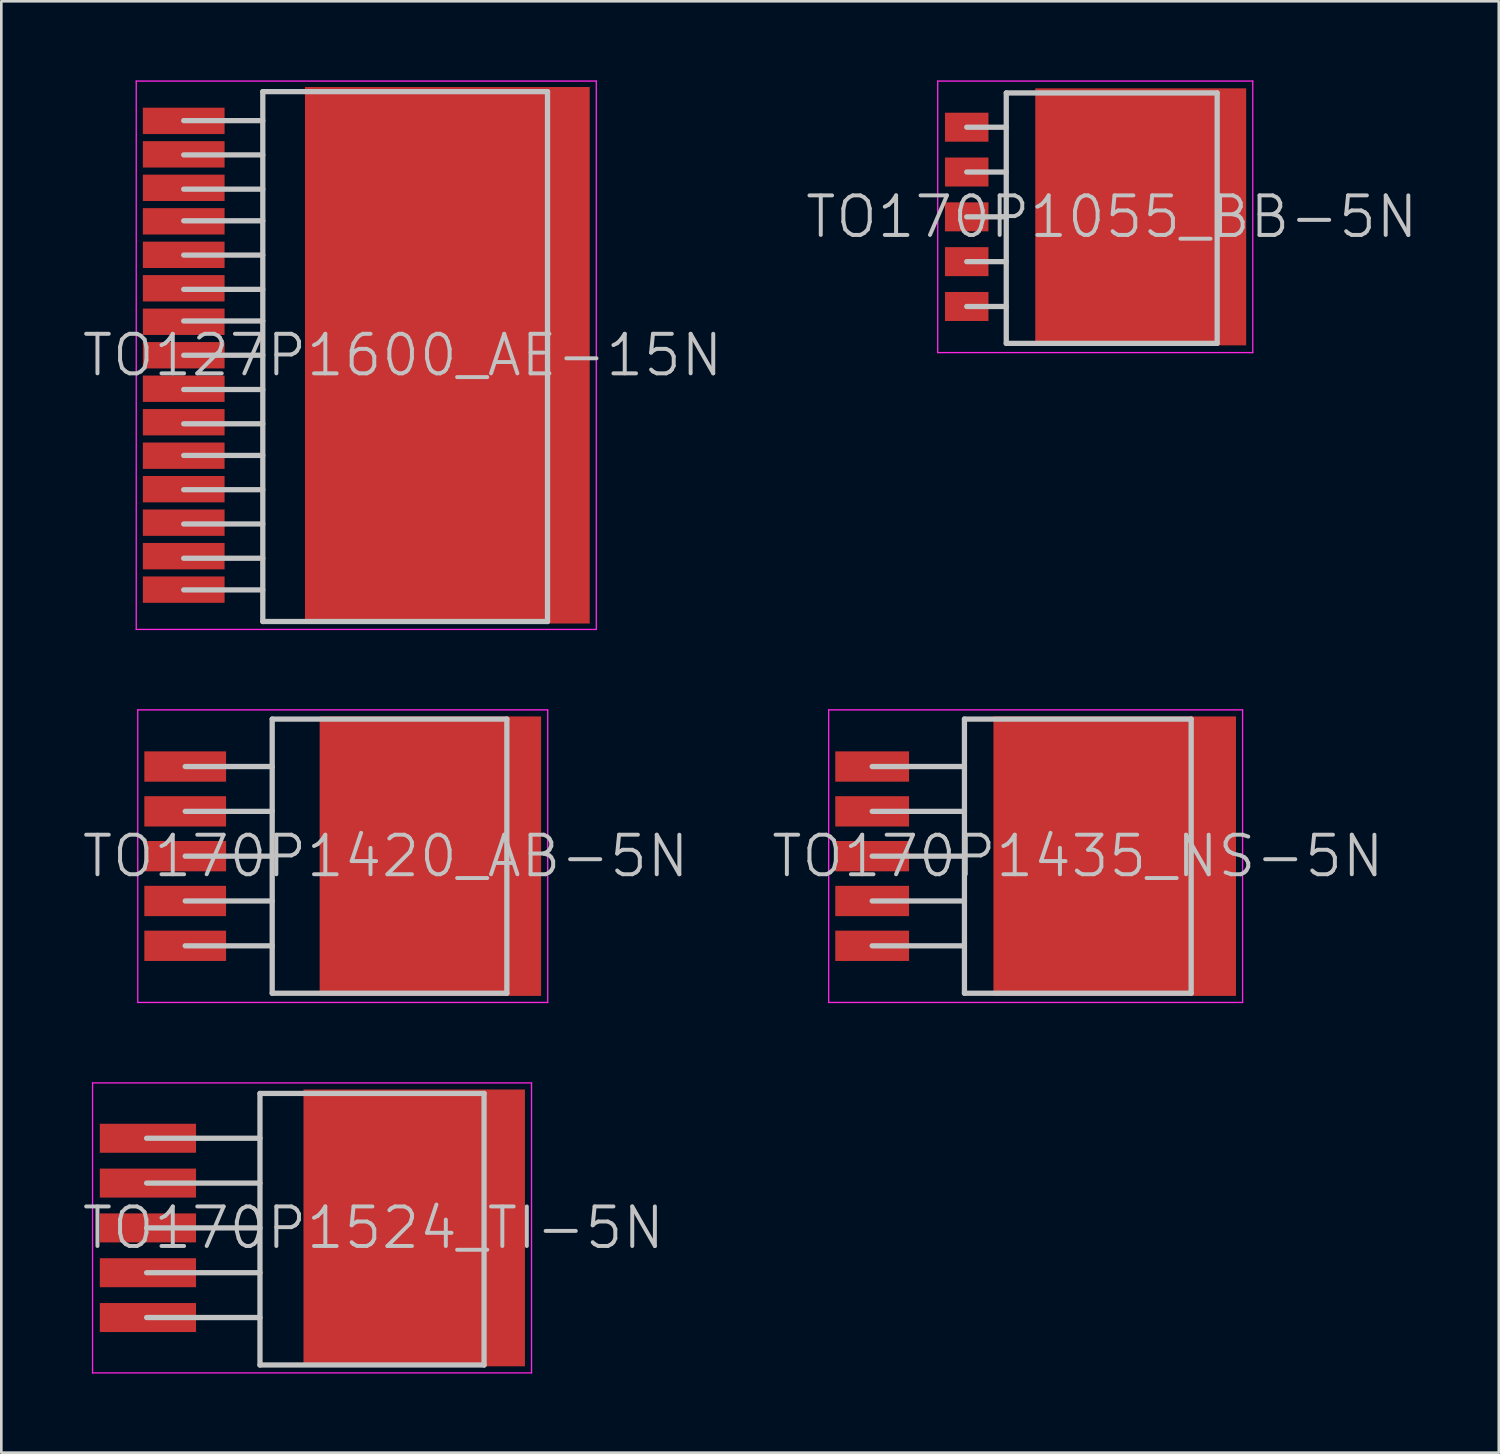
<source format=kicad_pcb>
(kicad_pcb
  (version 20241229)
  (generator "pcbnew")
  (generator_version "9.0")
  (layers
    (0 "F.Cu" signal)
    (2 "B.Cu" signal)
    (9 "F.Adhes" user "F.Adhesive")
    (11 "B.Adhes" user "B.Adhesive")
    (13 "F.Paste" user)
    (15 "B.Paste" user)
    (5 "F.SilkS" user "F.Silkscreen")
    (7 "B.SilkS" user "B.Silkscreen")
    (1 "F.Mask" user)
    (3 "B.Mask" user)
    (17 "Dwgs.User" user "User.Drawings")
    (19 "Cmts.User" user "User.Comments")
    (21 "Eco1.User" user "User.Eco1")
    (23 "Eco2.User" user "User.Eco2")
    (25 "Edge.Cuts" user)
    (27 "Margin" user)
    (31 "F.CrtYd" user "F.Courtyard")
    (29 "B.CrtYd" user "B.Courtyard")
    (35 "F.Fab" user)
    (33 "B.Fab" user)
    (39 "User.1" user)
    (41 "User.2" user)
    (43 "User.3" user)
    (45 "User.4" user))
  (footprint "TO170P1524_TI-5N"
    (layer "F.Cu")
    (at 8.811 43.525)
    (property "Reference" "TO170P1524_TI-5N" (at 2.3 0 180) (layer "Dwgs.User") (effects (font (size 1.5 1.5) (thickness 0.15))))
    (attr smd)
    (fp_line (start -6.3 -3.4) (end -2 -3.4) (stroke (width 0.2) (type solid)) (layer "Dwgs.User"))
    (fp_line (start -6.3 -1.7) (end -2 -1.7) (stroke (width 0.2) (type solid)) (layer "Dwgs.User"))
    (fp_line (start -6.3 0) (end -2 0) (stroke (width 0.2) (type solid)) (layer "Dwgs.User"))
    (fp_line (start -6.3 1.7) (end -2 1.7) (stroke (width 0.2) (type solid)) (layer "Dwgs.User"))
    (fp_line (start -6.3 3.4) (end -2 3.4) (stroke (width 0.2) (type solid)) (layer "Dwgs.User"))
    (fp_line (start -2 -5.1) (end -2 5.2) (stroke (width 0.2) (type solid)) (layer "Dwgs.User"))
    (fp_line (start -2 -5.1) (end 6.5 -5.1) (stroke (width 0.2) (type solid)) (layer "Dwgs.User"))
    (fp_line (start -2 5.2) (end 6.5 5.2) (stroke (width 0.2) (type solid)) (layer "Dwgs.User"))
    (fp_line (start 6.5 -5.1) (end 6.5 5.2) (stroke (width 0.2) (type solid)) (layer "Dwgs.User"))
    (fp_line (start -8.35 -5.5) (end -8.35 5.5) (stroke (width 0.05) (type solid)) (layer "F.CrtYd"))
    (fp_line (start 8.3 -5.5) (end -8.35 -5.5) (stroke (width 0.05) (type solid)) (layer "F.CrtYd"))
    (fp_line (start 8.3 -5.5) (end 8.3 5.5) (stroke (width 0.05) (type solid)) (layer "F.CrtYd"))
    (fp_line (start 8.3 5.5) (end -8.35 5.5) (stroke (width 0.05) (type solid)) (layer "F.CrtYd"))
    (pad "1" smd rect (at -6.25 -3.4 270) (size 1.1 3.65) (layers "F.Cu" "F.Mask" "F.Paste"))
    (pad "2" smd rect (at -6.25 -1.7 270) (size 1.1 3.65) (layers "F.Cu" "F.Mask" "F.Paste"))
    (pad "3" smd rect (at -6.25 0 270) (size 1.1 3.65) (layers "F.Cu" "F.Mask" "F.Paste"))
    (pad "4" smd rect (at -6.25 1.7 270) (size 1.1 3.65) (layers "F.Cu" "F.Mask" "F.Paste"))
    (pad "5" smd rect (at -6.25 3.4 270) (size 1.1 3.65) (layers "F.Cu" "F.Mask" "F.Paste"))
    (pad "6" smd rect (at 3.85 0 270) (size 10.5 8.4) (layers "F.Cu" "F.Mask" "F.Paste")))
  (footprint "TO127P1600_AE-15N"
    (layer "F.Cu")
    (at 10.818 10.425)
    (property "Reference" "TO127P1600_AE-15N" (at 1.4 0 180) (layer "Dwgs.User") (effects (font (size 1.5 1.5) (thickness 0.15))))
    (attr smd)
    (fp_line (start -6.9 -8.9) (end -3.9 -8.9) (stroke (width 0.2) (type solid)) (layer "Dwgs.User"))
    (fp_line (start -6.9 -7.6) (end -3.9 -7.6) (stroke (width 0.2) (type solid)) (layer "Dwgs.User"))
    (fp_line (start -6.9 -6.3) (end -3.9 -6.3) (stroke (width 0.2) (type solid)) (layer "Dwgs.User"))
    (fp_line (start -6.9 -5.1) (end -3.9 -5.1) (stroke (width 0.2) (type solid)) (layer "Dwgs.User"))
    (fp_line (start -6.9 -3.8) (end -3.9 -3.8) (stroke (width 0.2) (type solid)) (layer "Dwgs.User"))
    (fp_line (start -6.9 -2.5) (end -3.9 -2.5) (stroke (width 0.2) (type solid)) (layer "Dwgs.User"))
    (fp_line (start -6.9 -1.3) (end -3.9 -1.3) (stroke (width 0.2) (type solid)) (layer "Dwgs.User"))
    (fp_line (start -6.9 0) (end -3.9 0) (stroke (width 0.2) (type solid)) (layer "Dwgs.User"))
    (fp_line (start -6.9 1.3) (end -3.9 1.3) (stroke (width 0.2) (type solid)) (layer "Dwgs.User"))
    (fp_line (start -6.9 2.6) (end -3.9 2.6) (stroke (width 0.2) (type solid)) (layer "Dwgs.User"))
    (fp_line (start -6.9 3.8) (end -3.9 3.8) (stroke (width 0.2) (type solid)) (layer "Dwgs.User"))
    (fp_line (start -6.9 5.1) (end -3.9 5.1) (stroke (width 0.2) (type solid)) (layer "Dwgs.User"))
    (fp_line (start -6.9 6.4) (end -3.9 6.4) (stroke (width 0.2) (type solid)) (layer "Dwgs.User"))
    (fp_line (start -6.9 7.7) (end -3.9 7.7) (stroke (width 0.2) (type solid)) (layer "Dwgs.User"))
    (fp_line (start -6.9 8.9) (end -3.9 8.9) (stroke (width 0.2) (type solid)) (layer "Dwgs.User"))
    (fp_line (start -3.9 -10) (end -3.9 10.1) (stroke (width 0.2) (type solid)) (layer "Dwgs.User"))
    (fp_line (start -3.9 -10) (end 6.9 -10) (stroke (width 0.2) (type solid)) (layer "Dwgs.User"))
    (fp_line (start -3.9 10.1) (end 6.9 10.1) (stroke (width 0.2) (type solid)) (layer "Dwgs.User"))
    (fp_line (start 6.9 -10) (end 6.9 10.1) (stroke (width 0.2) (type solid)) (layer "Dwgs.User"))
    (fp_line (start -8.7 -10.4) (end -8.7 10.4) (stroke (width 0.05) (type solid)) (layer "F.CrtYd"))
    (fp_line (start 8.75 -10.4) (end -8.7 -10.4) (stroke (width 0.05) (type solid)) (layer "F.CrtYd"))
    (fp_line (start 8.75 -10.4) (end 8.75 10.4) (stroke (width 0.05) (type solid)) (layer "F.CrtYd"))
    (fp_line (start 8.75 10.4) (end -8.7 10.4) (stroke (width 0.05) (type solid)) (layer "F.CrtYd"))
    (pad "1" smd rect (at -6.9 -8.89 270) (size 1 3.1) (layers "F.Cu" "F.Mask" "F.Paste"))
    (pad "2" smd rect (at -6.9 -7.62 270) (size 1 3.1) (layers "F.Cu" "F.Mask" "F.Paste"))
    (pad "3" smd rect (at -6.9 -6.35 270) (size 1 3.1) (layers "F.Cu" "F.Mask" "F.Paste"))
    (pad "4" smd rect (at -6.9 -5.08 270) (size 1 3.1) (layers "F.Cu" "F.Mask" "F.Paste"))
    (pad "5" smd rect (at -6.9 -3.81 270) (size 1 3.1) (layers "F.Cu" "F.Mask" "F.Paste"))
    (pad "6" smd rect (at -6.9 -2.54 270) (size 1 3.1) (layers "F.Cu" "F.Mask" "F.Paste"))
    (pad "7" smd rect (at -6.9 -1.27 270) (size 1 3.1) (layers "F.Cu" "F.Mask" "F.Paste"))
    (pad "8" smd rect (at -6.9 0 270) (size 1 3.1) (layers "F.Cu" "F.Mask" "F.Paste"))
    (pad "9" smd rect (at -6.9 1.27 270) (size 1 3.1) (layers "F.Cu" "F.Mask" "F.Paste"))
    (pad "10" smd rect (at -6.9 2.54 270) (size 1 3.1) (layers "F.Cu" "F.Mask" "F.Paste"))
    (pad "11" smd rect (at -6.9 3.81 270) (size 1 3.1) (layers "F.Cu" "F.Mask" "F.Paste"))
    (pad "12" smd rect (at -6.9 5.08 270) (size 1 3.1) (layers "F.Cu" "F.Mask" "F.Paste"))
    (pad "13" smd rect (at -6.9 6.35 270) (size 1 3.1) (layers "F.Cu" "F.Mask" "F.Paste"))
    (pad "14" smd rect (at -6.9 7.62 270) (size 1 3.1) (layers "F.Cu" "F.Mask" "F.Paste"))
    (pad "15" smd rect (at -6.9 8.89 270) (size 1 3.1) (layers "F.Cu" "F.Mask" "F.Paste"))
    (pad "16" smd rect (at 3.1 0 270) (size 20.35 10.8) (layers "F.Cu" "F.Mask" "F.Paste")))
  (footprint "TO170P1055_BB-5N"
    (layer "F.Cu")
    (at 38.518 5.175)
    (property "Reference" "TO170P1055_BB-5N" (at 0.6 0 180) (layer "Dwgs.User") (effects (font (size 1.5 1.5) (thickness 0.15))))
    (attr smd)
    (fp_line (start -4.9 -3.4) (end -3.4 -3.4) (stroke (width 0.2) (type solid)) (layer "Dwgs.User"))
    (fp_line (start -4.9 -1.7) (end -3.4 -1.7) (stroke (width 0.2) (type solid)) (layer "Dwgs.User"))
    (fp_line (start -4.9 0) (end -3.4 0) (stroke (width 0.2) (type solid)) (layer "Dwgs.User"))
    (fp_line (start -4.9 1.7) (end -3.4 1.7) (stroke (width 0.2) (type solid)) (layer "Dwgs.User"))
    (fp_line (start -4.9 3.4) (end -3.4 3.4) (stroke (width 0.2) (type solid)) (layer "Dwgs.User"))
    (fp_line (start -3.4 -4.7) (end -3.4 4.8) (stroke (width 0.2) (type solid)) (layer "Dwgs.User"))
    (fp_line (start -3.4 -4.7) (end 4.6 -4.7) (stroke (width 0.2) (type solid)) (layer "Dwgs.User"))
    (fp_line (start -3.4 4.8) (end 4.6 4.8) (stroke (width 0.2) (type solid)) (layer "Dwgs.User"))
    (fp_line (start 4.6 -4.7) (end 4.6 4.8) (stroke (width 0.2) (type solid)) (layer "Dwgs.User"))
    (fp_line (start -6 -5.15) (end -6 5.15) (stroke (width 0.05) (type solid)) (layer "F.CrtYd"))
    (fp_line (start 5.95 -5.15) (end -6 -5.15) (stroke (width 0.05) (type solid)) (layer "F.CrtYd"))
    (fp_line (start 5.95 -5.15) (end 5.95 5.15) (stroke (width 0.05) (type solid)) (layer "F.CrtYd"))
    (fp_line (start 5.95 5.15) (end -6 5.15) (stroke (width 0.05) (type solid)) (layer "F.CrtYd"))
    (pad "1" smd rect (at -4.9 -3.4 270) (size 1.1 1.65) (layers "F.Cu" "F.Mask" "F.Paste"))
    (pad "2" smd rect (at -4.9 -1.7 270) (size 1.1 1.65) (layers "F.Cu" "F.Mask" "F.Paste"))
    (pad "3" smd rect (at -4.9 0 270) (size 1.1 1.65) (layers "F.Cu" "F.Mask" "F.Paste"))
    (pad "4" smd rect (at -4.9 1.7 270) (size 1.1 1.65) (layers "F.Cu" "F.Mask" "F.Paste"))
    (pad "5" smd rect (at -4.9 3.4 270) (size 1.1 1.65) (layers "F.Cu" "F.Mask" "F.Paste"))
    (pad "6" smd rect (at 1.7 0 270) (size 9.75 8) (layers "F.Cu" "F.Mask" "F.Paste")))
  (footprint "TO170P1420_AB-5N"
    (layer "F.Cu")
    (at 9.975 29.425)
    (property "Reference" "TO170P1420_AB-5N" (at 1.6 0 180) (layer "Dwgs.User") (effects (font (size 1.5 1.5) (thickness 0.15))))
    (attr smd)
    (fp_line (start -6 -3.4) (end -2.7 -3.4) (stroke (width 0.2) (type solid)) (layer "Dwgs.User"))
    (fp_line (start -6 -1.7) (end -2.7 -1.7) (stroke (width 0.2) (type solid)) (layer "Dwgs.User"))
    (fp_line (start -6 0) (end -2.7 0) (stroke (width 0.2) (type solid)) (layer "Dwgs.User"))
    (fp_line (start -6 1.7) (end -2.7 1.7) (stroke (width 0.2) (type solid)) (layer "Dwgs.User"))
    (fp_line (start -6 3.4) (end -2.7 3.4) (stroke (width 0.2) (type solid)) (layer "Dwgs.User"))
    (fp_line (start -2.7 -5.2) (end -2.7 5.2) (stroke (width 0.2) (type solid)) (layer "Dwgs.User"))
    (fp_line (start -2.7 -5.2) (end 6.2 -5.2) (stroke (width 0.2) (type solid)) (layer "Dwgs.User"))
    (fp_line (start -2.7 5.2) (end 6.2 5.2) (stroke (width 0.2) (type solid)) (layer "Dwgs.User"))
    (fp_line (start 6.2 -5.2) (end 6.2 5.2) (stroke (width 0.2) (type solid)) (layer "Dwgs.User"))
    (fp_line (start -7.8 -5.55) (end -7.8 5.55) (stroke (width 0.05) (type solid)) (layer "F.CrtYd"))
    (fp_line (start 7.75 -5.55) (end -7.8 -5.55) (stroke (width 0.05) (type solid)) (layer "F.CrtYd"))
    (fp_line (start 7.75 -5.55) (end 7.75 5.55) (stroke (width 0.05) (type solid)) (layer "F.CrtYd"))
    (fp_line (start 7.75 5.55) (end -7.8 5.55) (stroke (width 0.05) (type solid)) (layer "F.CrtYd"))
    (pad "1" smd rect (at -6 -3.4 270) (size 1.15 3.1) (layers "F.Cu" "F.Mask" "F.Paste"))
    (pad "2" smd rect (at -6 -1.7 270) (size 1.15 3.1) (layers "F.Cu" "F.Mask" "F.Paste"))
    (pad "3" smd rect (at -6 0 270) (size 1.15 3.1) (layers "F.Cu" "F.Mask" "F.Paste"))
    (pad "4" smd rect (at -6 1.7 270) (size 1.15 3.1) (layers "F.Cu" "F.Mask" "F.Paste"))
    (pad "5" smd rect (at -6 3.4 270) (size 1.15 3.1) (layers "F.Cu" "F.Mask" "F.Paste"))
    (pad "6" smd rect (at 3.3 0 270) (size 10.6 8.4) (layers "F.Cu" "F.Mask" "F.Paste")))
  (footprint "TO170P1435_NS-5N"
    (layer "F.Cu")
    (at 36.232 29.425)
    (property "Reference" "TO170P1435_NS-5N" (at 1.6 0 180) (layer "Dwgs.User") (effects (font (size 1.5 1.5) (thickness 0.15))))
    (attr smd)
    (fp_line (start -6.2 -3.4) (end -2.7 -3.4) (stroke (width 0.2) (type solid)) (layer "Dwgs.User"))
    (fp_line (start -6.2 -1.7) (end -2.7 -1.7) (stroke (width 0.2) (type solid)) (layer "Dwgs.User"))
    (fp_line (start -6.2 0) (end -2.7 0) (stroke (width 0.2) (type solid)) (layer "Dwgs.User"))
    (fp_line (start -6.2 1.7) (end -2.7 1.7) (stroke (width 0.2) (type solid)) (layer "Dwgs.User"))
    (fp_line (start -6.2 3.4) (end -2.7 3.4) (stroke (width 0.2) (type solid)) (layer "Dwgs.User"))
    (fp_line (start -2.7 -5.2) (end -2.7 5.2) (stroke (width 0.2) (type solid)) (layer "Dwgs.User"))
    (fp_line (start -2.7 -5.2) (end 5.9 -5.2) (stroke (width 0.2) (type solid)) (layer "Dwgs.User"))
    (fp_line (start -2.7 5.2) (end 5.9 5.2) (stroke (width 0.2) (type solid)) (layer "Dwgs.User"))
    (fp_line (start 5.9 -5.2) (end 5.9 5.2) (stroke (width 0.2) (type solid)) (layer "Dwgs.User"))
    (fp_line (start -7.85 -5.55) (end -7.85 5.55) (stroke (width 0.05) (type solid)) (layer "F.CrtYd"))
    (fp_line (start 7.85 -5.55) (end -7.85 -5.55) (stroke (width 0.05) (type solid)) (layer "F.CrtYd"))
    (fp_line (start 7.85 -5.55) (end 7.85 5.55) (stroke (width 0.05) (type solid)) (layer "F.CrtYd"))
    (fp_line (start 7.85 5.55) (end -7.85 5.55) (stroke (width 0.05) (type solid)) (layer "F.CrtYd"))
    (pad "1" smd rect (at -6.2 -3.4 270) (size 1.15 2.8) (layers "F.Cu" "F.Mask" "F.Paste"))
    (pad "2" smd rect (at -6.2 -1.7 270) (size 1.15 2.8) (layers "F.Cu" "F.Mask" "F.Paste"))
    (pad "3" smd rect (at -6.2 0 270) (size 1.15 2.8) (layers "F.Cu" "F.Mask" "F.Paste"))
    (pad "4" smd rect (at -6.2 1.7 270) (size 1.15 2.8) (layers "F.Cu" "F.Mask" "F.Paste"))
    (pad "5" smd rect (at -6.2 3.4 270) (size 1.15 2.8) (layers "F.Cu" "F.Mask" "F.Paste"))
    (pad "6" smd rect (at 3 0 270) (size 10.6 9.2) (layers "F.Cu" "F.Mask" "F.Paste")))
  (gr_rect
    (start -3 -3)
    (end 53.8 52.05)
    (stroke (width 0.1) (type default))
    (fill no)
    (layer "Edge.Cuts")))
</source>
